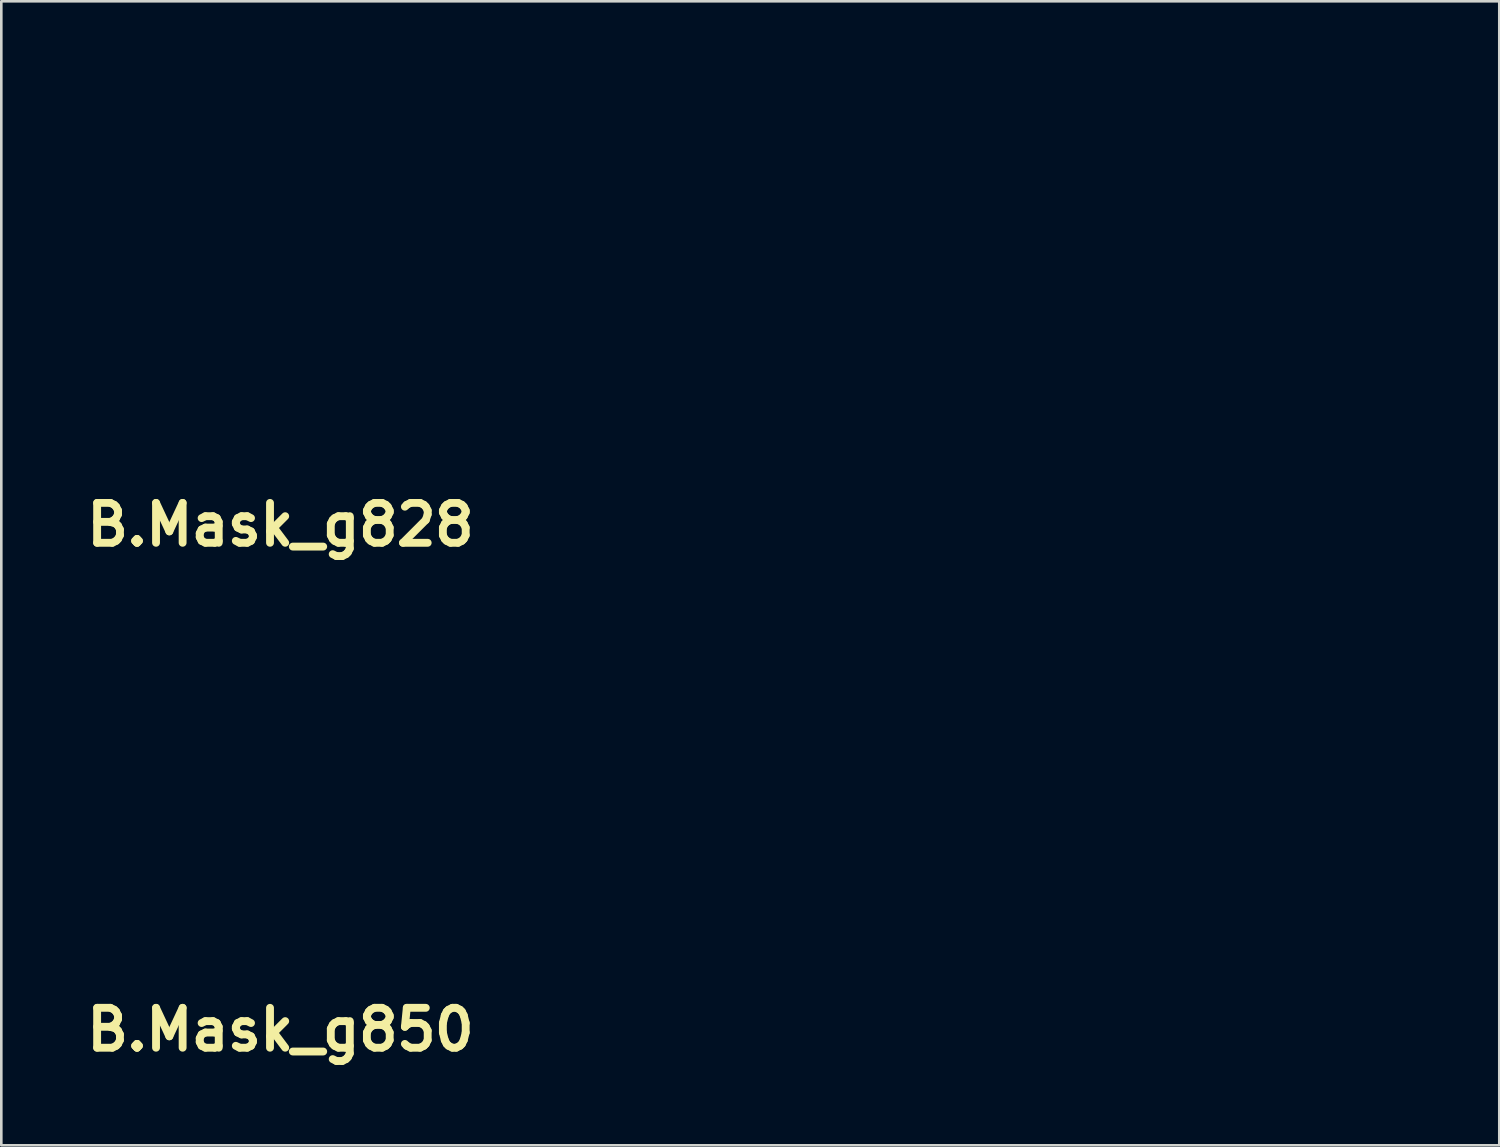
<source format=kicad_pcb>
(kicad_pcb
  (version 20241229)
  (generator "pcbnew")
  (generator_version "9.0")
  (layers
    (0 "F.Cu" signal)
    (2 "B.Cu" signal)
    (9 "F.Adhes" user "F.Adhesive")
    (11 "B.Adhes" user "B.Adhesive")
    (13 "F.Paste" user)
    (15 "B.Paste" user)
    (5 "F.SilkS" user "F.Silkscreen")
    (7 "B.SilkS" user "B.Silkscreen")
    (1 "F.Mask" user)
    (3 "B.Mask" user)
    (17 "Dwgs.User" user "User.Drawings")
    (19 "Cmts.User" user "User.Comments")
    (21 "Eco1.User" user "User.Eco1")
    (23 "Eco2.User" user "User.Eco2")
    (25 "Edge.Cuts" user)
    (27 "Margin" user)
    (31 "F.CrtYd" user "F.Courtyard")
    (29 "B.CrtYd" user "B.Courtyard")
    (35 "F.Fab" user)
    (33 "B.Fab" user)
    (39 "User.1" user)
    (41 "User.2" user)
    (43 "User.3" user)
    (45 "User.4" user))
  (footprint "B.Mask_g850"
    (layer "F.Cu")
    (at 7.664 36.285)
    (property "Reference" "B.Mask_g850" (at 0 0 0) (layer "F.SilkS") (effects (font (size 1.524 1.524) (thickness 0.3))))
    (attr through_hole)
    (fp_poly (pts (xy 32.095 -14.86) (xy 32.193 -14.817) (xy 32.337 -14.741) (xy 32.516 -14.642) (xy 32.718 -14.525) (xy 32.929 -14.398) (xy 33.138 -14.268) (xy 33.333 -14.143) (xy 33.501 -14.029) (xy 33.616 -13.946) (xy 33.935 -13.664) (xy 34.183 -13.357) (xy 34.375 -13.007) (xy 34.438 -12.853) (xy 34.469 -12.753) (xy 34.511 -12.596) (xy 34.56 -12.398) (xy 34.612 -12.172) (xy 34.665 -11.935) (xy 34.716 -11.699) (xy 34.761 -11.481) (xy 34.797 -11.295) (xy 34.821 -11.155) (xy 34.829 -11.076) (xy 34.828 -11.064) (xy 34.786 -11.076) (xy 34.685 -11.115) (xy 34.539 -11.177) (xy 34.403 -11.237) (xy 33.993 -11.438) (xy 33.634 -11.652) (xy 33.298 -11.898) (xy 32.958 -12.196) (xy 32.872 -12.278) (xy 32.564 -12.564) (xy 32.299 -12.79) (xy 32.064 -12.96) (xy 31.85 -13.081) (xy 31.647 -13.159) (xy 31.445 -13.2) (xy 31.278 -13.21) (xy 30.967 -13.211) (xy 31.094 -13.316) (xy 31.228 -13.419) (xy 31.856 -13.419) (xy 32.089 -13.286) (xy 32.469 -13.036) (xy 32.851 -12.715) (xy 33.084 -12.489) (xy 33.322 -12.257) (xy 33.541 -12.071) (xy 33.771 -11.911) (xy 34.041 -11.752) (xy 34.078 -11.732) (xy 34.252 -11.643) (xy 34.36 -11.603) (xy 34.406 -11.609) (xy 34.408 -11.614) (xy 34.404 -11.675) (xy 34.386 -11.8) (xy 34.354 -11.971) (xy 34.316 -12.161) (xy 34.204 -12.591) (xy 34.063 -12.953) (xy 33.885 -13.257) (xy 33.662 -13.517) (xy 33.41 -13.731) (xy 33.301 -13.807) (xy 33.154 -13.903) (xy 32.983 -14.012) (xy 32.803 -14.123) (xy 32.629 -14.229) (xy 32.475 -14.32) (xy 32.356 -14.387) (xy 32.286 -14.421) (xy 32.274 -14.424) (xy 32.277 -14.379) (xy 32.298 -14.278) (xy 32.323 -14.18) (xy 32.362 -14.028) (xy 32.378 -13.94) (xy 32.37 -13.898) (xy 32.336 -13.886) (xy 32.299 -13.885) (xy 32.239 -13.874) (xy 32.247 -13.823) (xy 32.257 -13.803) (xy 32.294 -13.687) (xy 32.297 -13.567) (xy 32.267 -13.475) (xy 32.233 -13.445) (xy 32.147 -13.428) (xy 32.025 -13.419) (xy 32.011 -13.419) (xy 31.856 -13.419) (xy 31.228 -13.419) (xy 31.306 -13.479) (xy 31.489 -13.59) (xy 31.666 -13.664) (xy 31.746 -13.686) (xy 31.975 -13.745) (xy 31.873 -13.819) (xy 31.786 -13.878) (xy 31.655 -13.963) (xy 31.508 -14.056) (xy 31.507 -14.057) (xy 31.356 -14.158) (xy 31.273 -14.236) (xy 31.249 -14.305) (xy 31.277 -14.381) (xy 31.3 -14.414) (xy 31.333 -14.452) (xy 31.373 -14.466) (xy 31.441 -14.456) (xy 31.556 -14.418) (xy 31.665 -14.378) (xy 31.972 -14.264) (xy 31.945 -14.382) (xy 31.902 -14.578) (xy 31.884 -14.707) (xy 31.89 -14.78) (xy 31.921 -14.812) (xy 31.953 -14.817) (xy 32.03 -14.837) (xy 32.056 -14.865) (xy 32.095 -14.86)) (stroke (width 0.01) (type solid)) (fill yes) (layer "B.Mask")))
  (footprint "B.Mask_g828"
    (layer "F.Cu")
    (at 7.664 16.996)
    (property "Reference" "B.Mask_g828" (at 0 0 0) (layer "F.SilkS") (effects (font (size 1.524 1.524) (thickness 0.3))))
    (attr through_hole)
    (fp_poly (pts (xy 40.321 -16.973) (xy 40.416 -16.924) (xy 40.559 -16.84) (xy 40.734 -16.732) (xy 40.935 -16.608) (xy 41.131 -16.489) (xy 41.3 -16.388) (xy 41.421 -16.317) (xy 41.423 -16.316) (xy 41.762 -16.102) (xy 42.087 -15.853) (xy 42.384 -15.583) (xy 42.639 -15.306) (xy 42.835 -15.036) (xy 42.915 -14.893) (xy 42.988 -14.738) (xy 43.049 -14.591) (xy 43.103 -14.438) (xy 43.155 -14.264) (xy 43.207 -14.054) (xy 43.265 -13.793) (xy 43.333 -13.466) (xy 43.349 -13.388) (xy 43.402 -13.129) (xy 43.451 -12.896) (xy 43.492 -12.701) (xy 43.523 -12.559) (xy 43.541 -12.484) (xy 43.543 -12.48) (xy 43.556 -12.438) (xy 43.555 -12.416) (xy 43.525 -12.418) (xy 43.454 -12.445) (xy 43.326 -12.5) (xy 43.222 -12.546) (xy 42.786 -12.748) (xy 42.413 -12.94) (xy 42.088 -13.135) (xy 41.793 -13.344) (xy 41.51 -13.578) (xy 41.221 -13.85) (xy 41.165 -13.906) (xy 40.822 -14.229) (xy 40.475 -14.513) (xy 40.139 -14.748) (xy 39.828 -14.922) (xy 39.771 -14.949) (xy 39.646 -14.996) (xy 39.527 -15.02) (xy 39.38 -15.024) (xy 39.233 -15.017) (xy 39.074 -15.008) (xy 38.978 -15.013) (xy 38.946 -15.037) (xy 38.982 -15.086) (xy 39.085 -15.167) (xy 39.257 -15.286) (xy 39.311 -15.322) (xy 39.569 -15.473) (xy 39.803 -15.568) (xy 39.861 -15.583) (xy 40.101 -15.637) (xy 39.989 -15.733) (xy 39.897 -15.803) (xy 39.76 -15.895) (xy 39.605 -15.991) (xy 39.592 -15.999) (xy 39.416 -16.103) (xy 39.301 -16.174) (xy 39.238 -16.224) (xy 39.216 -16.264) (xy 39.224 -16.305) (xy 39.252 -16.361) (xy 39.261 -16.377) (xy 39.309 -16.457) (xy 39.36 -16.496) (xy 39.436 -16.498) (xy 39.555 -16.462) (xy 39.691 -16.409) (xy 39.883 -16.332) (xy 40.007 -16.287) (xy 40.076 -16.275) (xy 40.101 -16.297) (xy 40.094 -16.354) (xy 40.066 -16.448) (xy 40.065 -16.452) (xy 40.022 -16.628) (xy 40.007 -16.77) (xy 40.02 -16.863) (xy 40.055 -16.891) (xy 40.122 -16.917) (xy 40.18 -16.96) (xy 40.216 -16.985) (xy 40.258 -16.991) (xy 40.321 -16.973)) (stroke (width 0.01) (type solid)) (fill yes) (layer "B.Mask")))
  (gr_rect
    (start -3 -3)
    (end 54.225 40.703)
    (stroke (width 0.1) (type default))
    (fill no)
    (layer "Edge.Cuts")))
</source>
